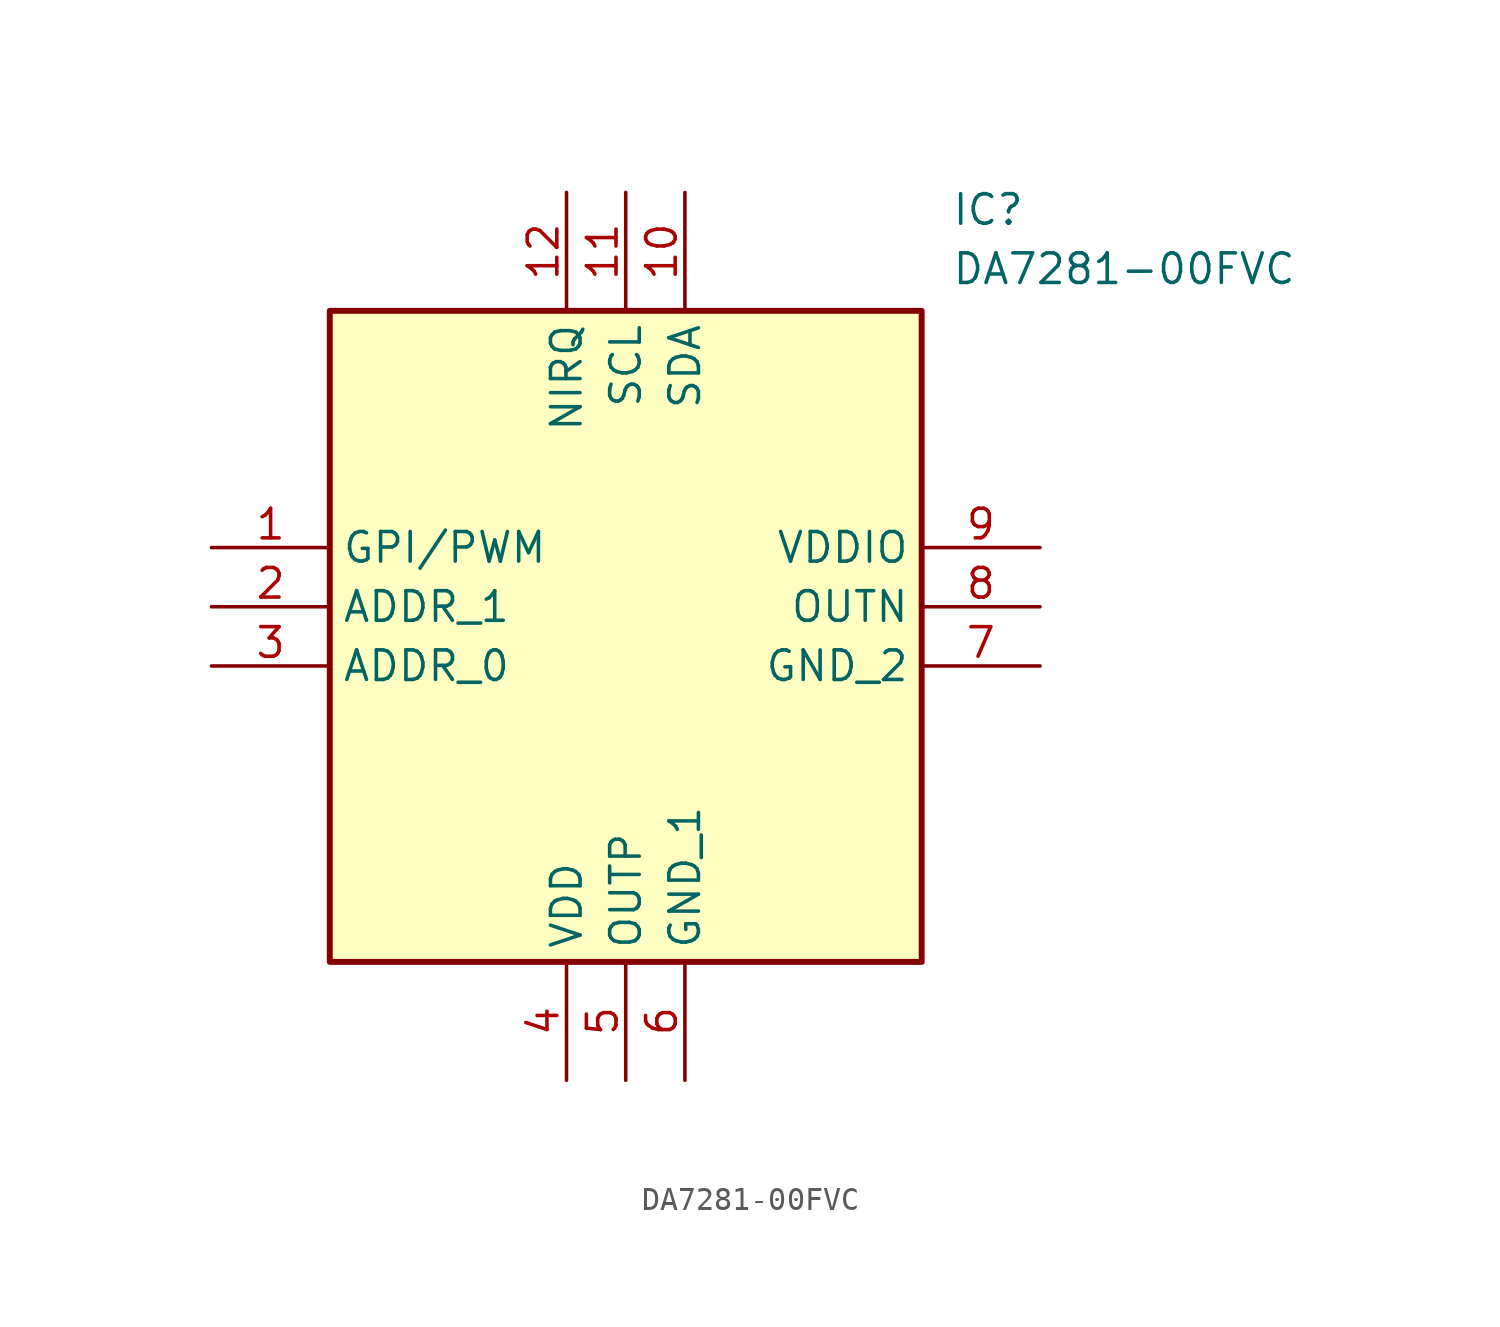
<source format=kicad_sym>
(kicad_symbol_lib
  (version 20211014)
  (generator SamacSys_ECAD_Model)
  (symbol "DA7281-00FVC"
    (property "Reference" "IC"
      (at 31.75 15.24 0)
      (effects (font (size 1.27 1.27)) (justify left top)))
    (property "Value" "DA7281-00FVC"
      (at 31.75 12.7 0)
      (effects (font (size 1.27 1.27)) (justify left top)))
    (rectangle
      (start 5.08 10.16)
      (end 30.48 -17.78)
      (stroke (width 0.254) (type default))
      (fill (type background)))
    (pin passive line
      (at 0 0 0)
      (length 5.08)
      (name "GPI/PWM" (effects (font (size 1.27 1.27))))
      (number "1" (effects (font (size 1.27 1.27)))))
    (pin passive line
      (at 0 -2.54 0)
      (length 5.08)
      (name "ADDR_1" (effects (font (size 1.27 1.27))))
      (number "2" (effects (font (size 1.27 1.27)))))
    (pin passive line
      (at 0 -5.08 0)
      (length 5.08)
      (name "ADDR_0" (effects (font (size 1.27 1.27))))
      (number "3" (effects (font (size 1.27 1.27)))))
    (pin passive line
      (at 15.24 -22.86 90)
      (length 5.08)
      (name "VDD" (effects (font (size 1.27 1.27))))
      (number "4" (effects (font (size 1.27 1.27)))))
    (pin passive line
      (at 17.78 -22.86 90)
      (length 5.08)
      (name "OUTP" (effects (font (size 1.27 1.27))))
      (number "5" (effects (font (size 1.27 1.27)))))
    (pin passive line
      (at 20.32 -22.86 90)
      (length 5.08)
      (name "GND_1" (effects (font (size 1.27 1.27))))
      (number "6" (effects (font (size 1.27 1.27)))))
    (pin passive line
      (at 35.56 0 180)
      (length 5.08)
      (name "VDDIO" (effects (font (size 1.27 1.27))))
      (number "9" (effects (font (size 1.27 1.27)))))
    (pin passive line
      (at 35.56 -2.54 180)
      (length 5.08)
      (name "OUTN" (effects (font (size 1.27 1.27))))
      (number "8" (effects (font (size 1.27 1.27)))))
    (pin passive line
      (at 35.56 -5.08 180)
      (length 5.08)
      (name "GND_2" (effects (font (size 1.27 1.27))))
      (number "7" (effects (font (size 1.27 1.27)))))
    (pin passive line
      (at 15.24 15.24 270)
      (length 5.08)
      (name "NIRQ" (effects (font (size 1.27 1.27))))
      (number "12" (effects (font (size 1.27 1.27)))))
    (pin passive line
      (at 17.78 15.24 270)
      (length 5.08)
      (name "SCL" (effects (font (size 1.27 1.27))))
      (number "11" (effects (font (size 1.27 1.27)))))
    (pin passive line
      (at 20.32 15.24 270)
      (length 5.08)
      (name "SDA" (effects (font (size 1.27 1.27))))
      (number "10" (effects (font (size 1.27 1.27)))))))
</source>
